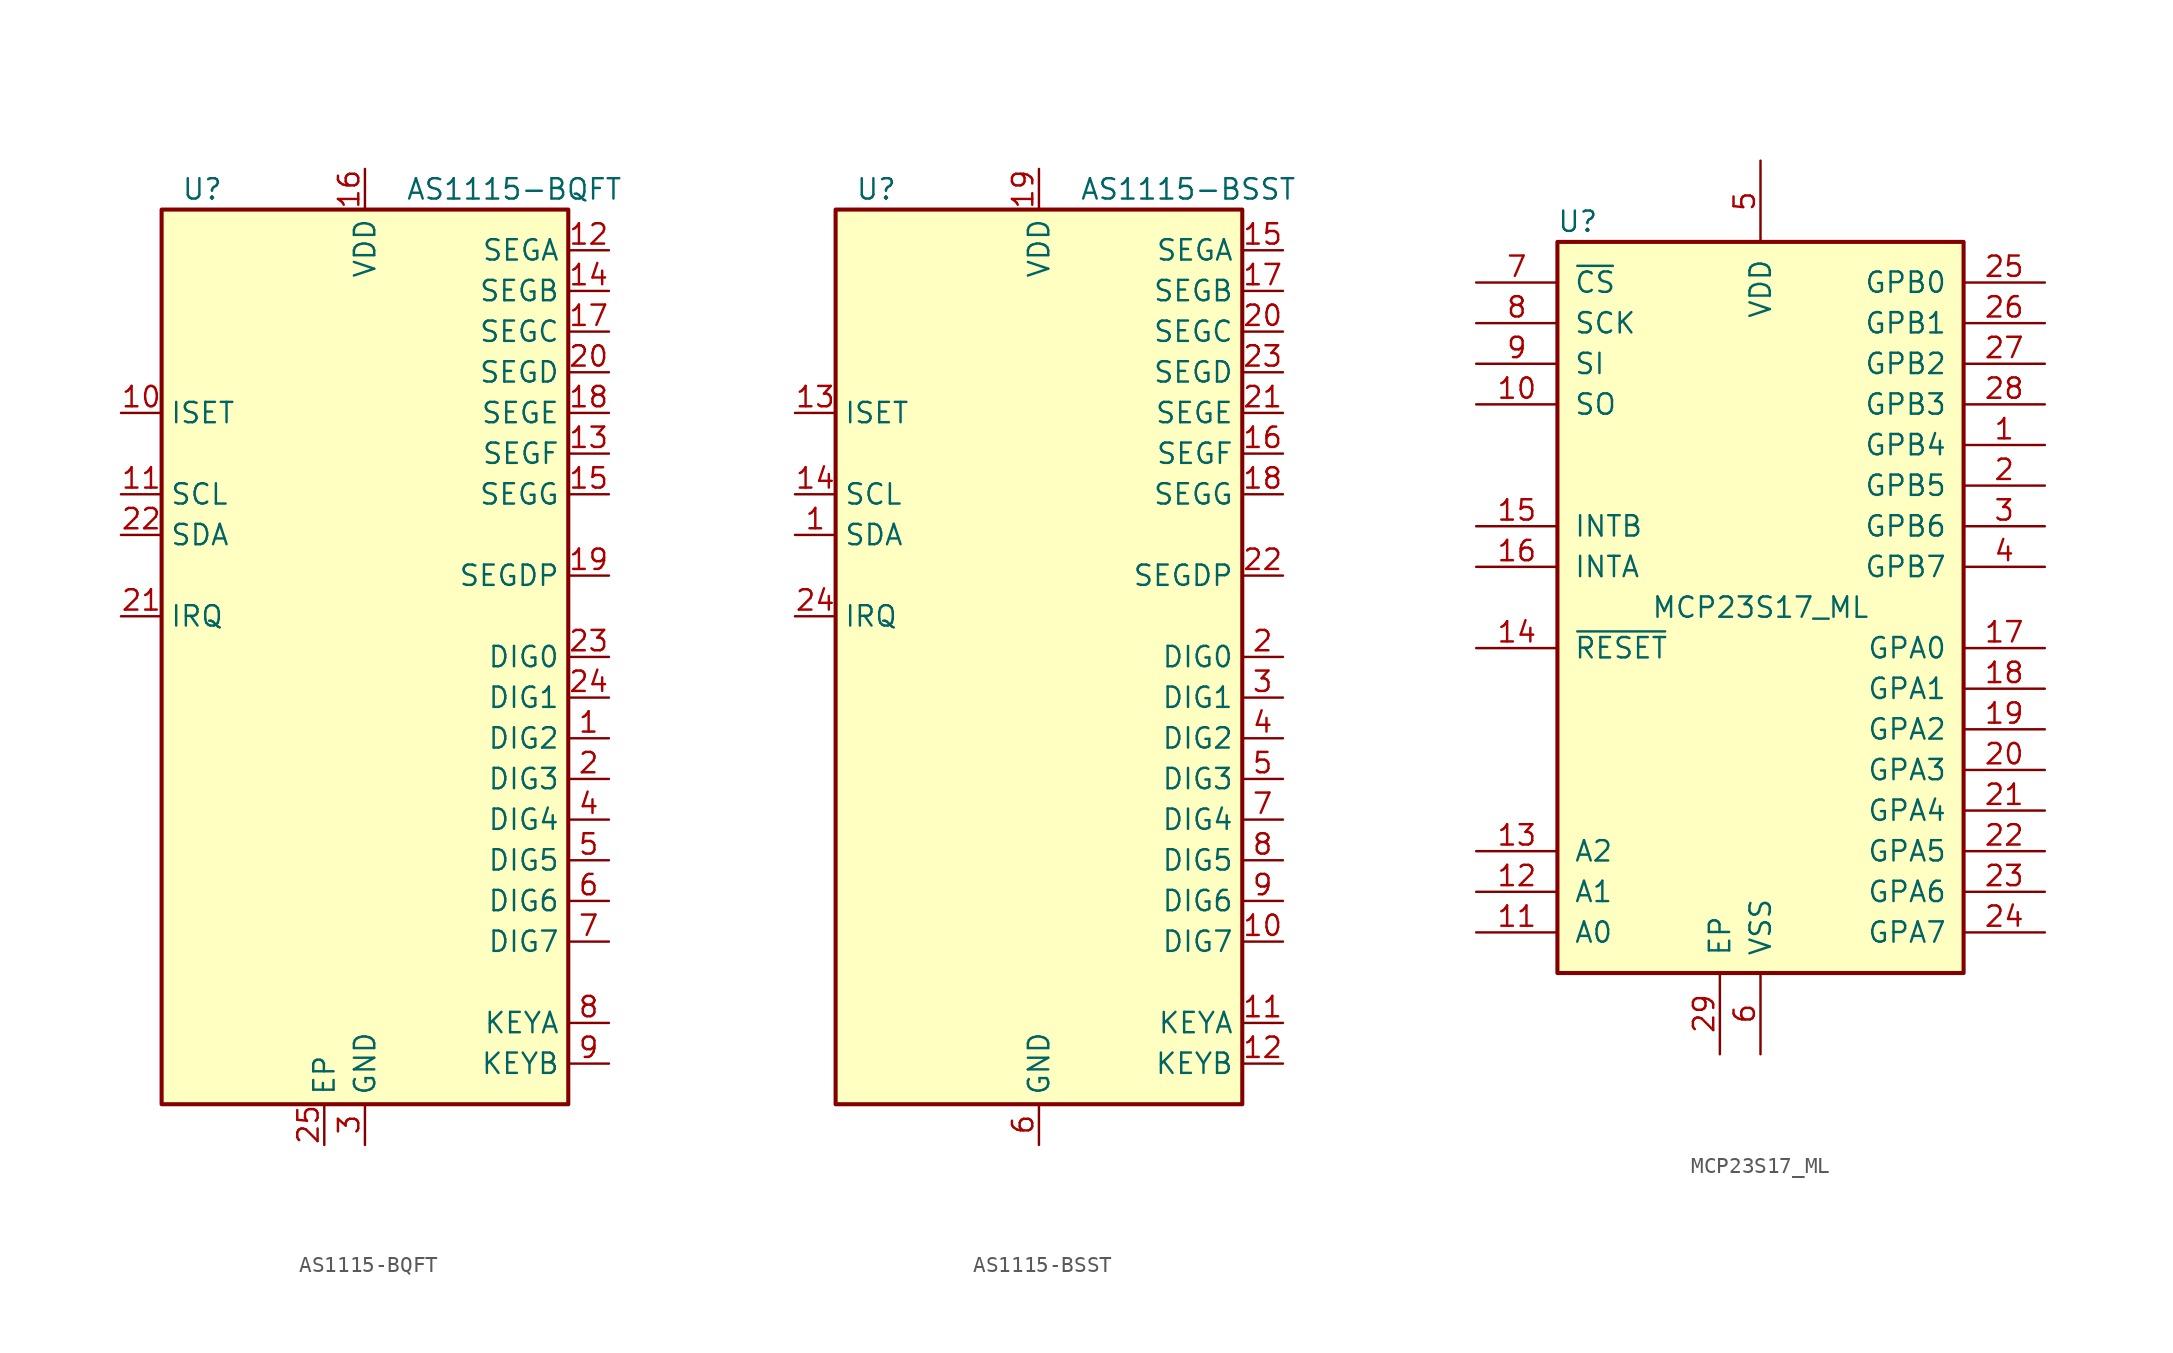
<source format=kicad_sym>
(kicad_symbol_lib
  (version 20201005)
  (generator kicad_symbol_editor)
  (symbol "Interface_Expansion:AS1115-BQFT"
    (property "Reference" "U"
      (at -10.16 29.21 0)
      (effects (font (size 1.27 1.27))))
    (property "Value" "AS1115-BQFT"
      (at 2.54 29.21 0)
      (effects (font (size 1.27 1.27)) (justify left)))
    (symbol "AS1115-BQFT_0_1"
      (rectangle (start -12.7 27.94) (end 12.7 -27.94) (stroke (width 0.254)) (fill (type background))))
    (symbol "AS1115-BQFT_1_1"
      (pin open_collector line (at 15.24 -5.08 180) (length 2.54) (name "DIG2" (effects (font (size 1.27 1.27)))) (number "1" (effects (font (size 1.27 1.27)))))
      (pin passive line (at -15.24 15.24 0) (length 2.54) (name "ISET" (effects (font (size 1.27 1.27)))) (number "10" (effects (font (size 1.27 1.27)))))
      (pin input line (at -15.24 10.16 0) (length 2.54) (name "SCL" (effects (font (size 1.27 1.27)))) (number "11" (effects (font (size 1.27 1.27)))))
      (pin output line (at 15.24 25.4 180) (length 2.54) (name "SEGA" (effects (font (size 1.27 1.27)))) (number "12" (effects (font (size 1.27 1.27)))))
      (pin output line (at 15.24 12.7 180) (length 2.54) (name "SEGF" (effects (font (size 1.27 1.27)))) (number "13" (effects (font (size 1.27 1.27)))))
      (pin output line (at 15.24 22.86 180) (length 2.54) (name "SEGB" (effects (font (size 1.27 1.27)))) (number "14" (effects (font (size 1.27 1.27)))))
      (pin output line (at 15.24 10.16 180) (length 2.54) (name "SEGG" (effects (font (size 1.27 1.27)))) (number "15" (effects (font (size 1.27 1.27)))))
      (pin power_in line (at 0 30.48 270) (length 2.54) (name "VDD" (effects (font (size 1.27 1.27)))) (number "16" (effects (font (size 1.27 1.27)))))
      (pin output line (at 15.24 20.32 180) (length 2.54) (name "SEGC" (effects (font (size 1.27 1.27)))) (number "17" (effects (font (size 1.27 1.27)))))
      (pin output line (at 15.24 15.24 180) (length 2.54) (name "SEGE" (effects (font (size 1.27 1.27)))) (number "18" (effects (font (size 1.27 1.27)))))
      (pin output line (at 15.24 5.08 180) (length 2.54) (name "SEGDP" (effects (font (size 1.27 1.27)))) (number "19" (effects (font (size 1.27 1.27)))))
      (pin open_collector line (at 15.24 -7.62 180) (length 2.54) (name "DIG3" (effects (font (size 1.27 1.27)))) (number "2" (effects (font (size 1.27 1.27)))))
      (pin output line (at 15.24 17.78 180) (length 2.54) (name "SEGD" (effects (font (size 1.27 1.27)))) (number "20" (effects (font (size 1.27 1.27)))))
      (pin open_collector line (at -15.24 2.54 0) (length 2.54) (name "IRQ" (effects (font (size 1.27 1.27)))) (number "21" (effects (font (size 1.27 1.27)))))
      (pin bidirectional line (at -15.24 7.62 0) (length 2.54) (name "SDA" (effects (font (size 1.27 1.27)))) (number "22" (effects (font (size 1.27 1.27)))))
      (pin open_collector line (at 15.24 0 180) (length 2.54) (name "DIG0" (effects (font (size 1.27 1.27)))) (number "23" (effects (font (size 1.27 1.27)))))
      (pin open_collector line (at 15.24 -2.54 180) (length 2.54) (name "DIG1" (effects (font (size 1.27 1.27)))) (number "24" (effects (font (size 1.27 1.27)))))
      (pin passive line (at -2.54 -30.48 90) (length 2.54) (name "EP" (effects (font (size 1.27 1.27)))) (number "25" (effects (font (size 1.27 1.27)))))
      (pin power_in line (at 0 -30.48 90) (length 2.54) (name "GND" (effects (font (size 1.27 1.27)))) (number "3" (effects (font (size 1.27 1.27)))))
      (pin open_collector line (at 15.24 -10.16 180) (length 2.54) (name "DIG4" (effects (font (size 1.27 1.27)))) (number "4" (effects (font (size 1.27 1.27)))))
      (pin open_collector line (at 15.24 -12.7 180) (length 2.54) (name "DIG5" (effects (font (size 1.27 1.27)))) (number "5" (effects (font (size 1.27 1.27)))))
      (pin open_collector line (at 15.24 -15.24 180) (length 2.54) (name "DIG6" (effects (font (size 1.27 1.27)))) (number "6" (effects (font (size 1.27 1.27)))))
      (pin open_collector line (at 15.24 -17.78 180) (length 2.54) (name "DIG7" (effects (font (size 1.27 1.27)))) (number "7" (effects (font (size 1.27 1.27)))))
      (pin open_collector line (at 15.24 -22.86 180) (length 2.54) (name "KEYA" (effects (font (size 1.27 1.27)))) (number "8" (effects (font (size 1.27 1.27)))))
      (pin open_collector line (at 15.24 -25.4 180) (length 2.54) (name "KEYB" (effects (font (size 1.27 1.27)))) (number "9" (effects (font (size 1.27 1.27)))))))
  (symbol "Interface_Expansion:AS1115-BSST"
    (property "Reference" "U"
      (at -10.16 29.21 0)
      (effects (font (size 1.27 1.27))))
    (property "Value" "AS1115-BSST"
      (at 2.54 29.21 0)
      (effects (font (size 1.27 1.27)) (justify left)))
    (symbol "AS1115-BSST_0_1"
      (rectangle (start -12.7 27.94) (end 12.7 -27.94) (stroke (width 0.254)) (fill (type background))))
    (symbol "AS1115-BSST_1_1"
      (pin bidirectional line (at -15.24 7.62 0) (length 2.54) (name "SDA" (effects (font (size 1.27 1.27)))) (number "1" (effects (font (size 1.27 1.27)))))
      (pin open_collector line (at 15.24 -17.78 180) (length 2.54) (name "DIG7" (effects (font (size 1.27 1.27)))) (number "10" (effects (font (size 1.27 1.27)))))
      (pin open_collector line (at 15.24 -22.86 180) (length 2.54) (name "KEYA" (effects (font (size 1.27 1.27)))) (number "11" (effects (font (size 1.27 1.27)))))
      (pin open_collector line (at 15.24 -25.4 180) (length 2.54) (name "KEYB" (effects (font (size 1.27 1.27)))) (number "12" (effects (font (size 1.27 1.27)))))
      (pin passive line (at -15.24 15.24 0) (length 2.54) (name "ISET" (effects (font (size 1.27 1.27)))) (number "13" (effects (font (size 1.27 1.27)))))
      (pin input line (at -15.24 10.16 0) (length 2.54) (name "SCL" (effects (font (size 1.27 1.27)))) (number "14" (effects (font (size 1.27 1.27)))))
      (pin output line (at 15.24 25.4 180) (length 2.54) (name "SEGA" (effects (font (size 1.27 1.27)))) (number "15" (effects (font (size 1.27 1.27)))))
      (pin output line (at 15.24 12.7 180) (length 2.54) (name "SEGF" (effects (font (size 1.27 1.27)))) (number "16" (effects (font (size 1.27 1.27)))))
      (pin output line (at 15.24 22.86 180) (length 2.54) (name "SEGB" (effects (font (size 1.27 1.27)))) (number "17" (effects (font (size 1.27 1.27)))))
      (pin output line (at 15.24 10.16 180) (length 2.54) (name "SEGG" (effects (font (size 1.27 1.27)))) (number "18" (effects (font (size 1.27 1.27)))))
      (pin power_in line (at 0 30.48 270) (length 2.54) (name "VDD" (effects (font (size 1.27 1.27)))) (number "19" (effects (font (size 1.27 1.27)))))
      (pin open_collector line (at 15.24 0 180) (length 2.54) (name "DIG0" (effects (font (size 1.27 1.27)))) (number "2" (effects (font (size 1.27 1.27)))))
      (pin output line (at 15.24 20.32 180) (length 2.54) (name "SEGC" (effects (font (size 1.27 1.27)))) (number "20" (effects (font (size 1.27 1.27)))))
      (pin output line (at 15.24 15.24 180) (length 2.54) (name "SEGE" (effects (font (size 1.27 1.27)))) (number "21" (effects (font (size 1.27 1.27)))))
      (pin output line (at 15.24 5.08 180) (length 2.54) (name "SEGDP" (effects (font (size 1.27 1.27)))) (number "22" (effects (font (size 1.27 1.27)))))
      (pin output line (at 15.24 17.78 180) (length 2.54) (name "SEGD" (effects (font (size 1.27 1.27)))) (number "23" (effects (font (size 1.27 1.27)))))
      (pin open_collector line (at -15.24 2.54 0) (length 2.54) (name "IRQ" (effects (font (size 1.27 1.27)))) (number "24" (effects (font (size 1.27 1.27)))))
      (pin open_collector line (at 15.24 -2.54 180) (length 2.54) (name "DIG1" (effects (font (size 1.27 1.27)))) (number "3" (effects (font (size 1.27 1.27)))))
      (pin open_collector line (at 15.24 -5.08 180) (length 2.54) (name "DIG2" (effects (font (size 1.27 1.27)))) (number "4" (effects (font (size 1.27 1.27)))))
      (pin open_collector line (at 15.24 -7.62 180) (length 2.54) (name "DIG3" (effects (font (size 1.27 1.27)))) (number "5" (effects (font (size 1.27 1.27)))))
      (pin power_in line (at 0 -30.48 90) (length 2.54) (name "GND" (effects (font (size 1.27 1.27)))) (number "6" (effects (font (size 1.27 1.27)))))
      (pin open_collector line (at 15.24 -10.16 180) (length 2.54) (name "DIG4" (effects (font (size 1.27 1.27)))) (number "7" (effects (font (size 1.27 1.27)))))
      (pin open_collector line (at 15.24 -12.7 180) (length 2.54) (name "DIG5" (effects (font (size 1.27 1.27)))) (number "8" (effects (font (size 1.27 1.27)))))
      (pin open_collector line (at 15.24 -15.24 180) (length 2.54) (name "DIG6" (effects (font (size 1.27 1.27)))) (number "9" (effects (font (size 1.27 1.27)))))))
  (symbol "Interface_Expansion:MCP23S17_ML"
    (pin_names
      (offset 1.016))
    (property "Reference" "U"
      (at -11.43 24.13 0)
      (effects (font (size 1.27 1.27))))
    (property "Value" "MCP23S17_ML"
      (at 0 0 0)
      (effects (font (size 1.27 1.27))))
    (symbol "MCP23S17_ML_0_1"
      (rectangle (start -12.7 22.86) (end 12.7 -22.86) (stroke (width 0.254)) (fill (type background))))
    (symbol "MCP23S17_ML_1_1"
      (pin bidirectional line (at 17.78 10.16 180) (length 5.08) (name "GPB4" (effects (font (size 1.27 1.27)))) (number "1" (effects (font (size 1.27 1.27)))))
      (pin output line (at -17.78 12.7 0) (length 5.08) (name "SO" (effects (font (size 1.27 1.27)))) (number "10" (effects (font (size 1.27 1.27)))))
      (pin input line (at -17.78 -20.32 0) (length 5.08) (name "A0" (effects (font (size 1.27 1.27)))) (number "11" (effects (font (size 1.27 1.27)))))
      (pin input line (at -17.78 -17.78 0) (length 5.08) (name "A1" (effects (font (size 1.27 1.27)))) (number "12" (effects (font (size 1.27 1.27)))))
      (pin input line (at -17.78 -15.24 0) (length 5.08) (name "A2" (effects (font (size 1.27 1.27)))) (number "13" (effects (font (size 1.27 1.27)))))
      (pin input line (at -17.78 -2.54 0) (length 5.08) (name "~RESET~" (effects (font (size 1.27 1.27)))) (number "14" (effects (font (size 1.27 1.27)))))
      (pin tri_state line (at -17.78 5.08 0) (length 5.08) (name "INTB" (effects (font (size 1.27 1.27)))) (number "15" (effects (font (size 1.27 1.27)))))
      (pin tri_state line (at -17.78 2.54 0) (length 5.08) (name "INTA" (effects (font (size 1.27 1.27)))) (number "16" (effects (font (size 1.27 1.27)))))
      (pin bidirectional line (at 17.78 -2.54 180) (length 5.08) (name "GPA0" (effects (font (size 1.27 1.27)))) (number "17" (effects (font (size 1.27 1.27)))))
      (pin bidirectional line (at 17.78 -5.08 180) (length 5.08) (name "GPA1" (effects (font (size 1.27 1.27)))) (number "18" (effects (font (size 1.27 1.27)))))
      (pin bidirectional line (at 17.78 -7.62 180) (length 5.08) (name "GPA2" (effects (font (size 1.27 1.27)))) (number "19" (effects (font (size 1.27 1.27)))))
      (pin bidirectional line (at 17.78 7.62 180) (length 5.08) (name "GPB5" (effects (font (size 1.27 1.27)))) (number "2" (effects (font (size 1.27 1.27)))))
      (pin bidirectional line (at 17.78 -10.16 180) (length 5.08) (name "GPA3" (effects (font (size 1.27 1.27)))) (number "20" (effects (font (size 1.27 1.27)))))
      (pin bidirectional line (at 17.78 -12.7 180) (length 5.08) (name "GPA4" (effects (font (size 1.27 1.27)))) (number "21" (effects (font (size 1.27 1.27)))))
      (pin bidirectional line (at 17.78 -15.24 180) (length 5.08) (name "GPA5" (effects (font (size 1.27 1.27)))) (number "22" (effects (font (size 1.27 1.27)))))
      (pin bidirectional line (at 17.78 -17.78 180) (length 5.08) (name "GPA6" (effects (font (size 1.27 1.27)))) (number "23" (effects (font (size 1.27 1.27)))))
      (pin bidirectional line (at 17.78 -20.32 180) (length 5.08) (name "GPA7" (effects (font (size 1.27 1.27)))) (number "24" (effects (font (size 1.27 1.27)))))
      (pin bidirectional line (at 17.78 20.32 180) (length 5.08) (name "GPB0" (effects (font (size 1.27 1.27)))) (number "25" (effects (font (size 1.27 1.27)))))
      (pin bidirectional line (at 17.78 17.78 180) (length 5.08) (name "GPB1" (effects (font (size 1.27 1.27)))) (number "26" (effects (font (size 1.27 1.27)))))
      (pin bidirectional line (at 17.78 15.24 180) (length 5.08) (name "GPB2" (effects (font (size 1.27 1.27)))) (number "27" (effects (font (size 1.27 1.27)))))
      (pin bidirectional line (at 17.78 12.7 180) (length 5.08) (name "GPB3" (effects (font (size 1.27 1.27)))) (number "28" (effects (font (size 1.27 1.27)))))
      (pin passive line (at -2.54 -27.94 90) (length 5.08) (name "EP" (effects (font (size 1.27 1.27)))) (number "29" (effects (font (size 1.27 1.27)))))
      (pin bidirectional line (at 17.78 5.08 180) (length 5.08) (name "GPB6" (effects (font (size 1.27 1.27)))) (number "3" (effects (font (size 1.27 1.27)))))
      (pin bidirectional line (at 17.78 2.54 180) (length 5.08) (name "GPB7" (effects (font (size 1.27 1.27)))) (number "4" (effects (font (size 1.27 1.27)))))
      (pin power_in line (at 0 27.94 270) (length 5.08) (name "VDD" (effects (font (size 1.27 1.27)))) (number "5" (effects (font (size 1.27 1.27)))))
      (pin power_in line (at 0 -27.94 90) (length 5.08) (name "VSS" (effects (font (size 1.27 1.27)))) (number "6" (effects (font (size 1.27 1.27)))))
      (pin input line (at -17.78 20.32 0) (length 5.08) (name "~CS~" (effects (font (size 1.27 1.27)))) (number "7" (effects (font (size 1.27 1.27)))))
      (pin input line (at -17.78 17.78 0) (length 5.08) (name "SCK" (effects (font (size 1.27 1.27)))) (number "8" (effects (font (size 1.27 1.27)))))
      (pin input line (at -17.78 15.24 0) (length 5.08) (name "SI" (effects (font (size 1.27 1.27)))) (number "9" (effects (font (size 1.27 1.27))))))))
</source>
